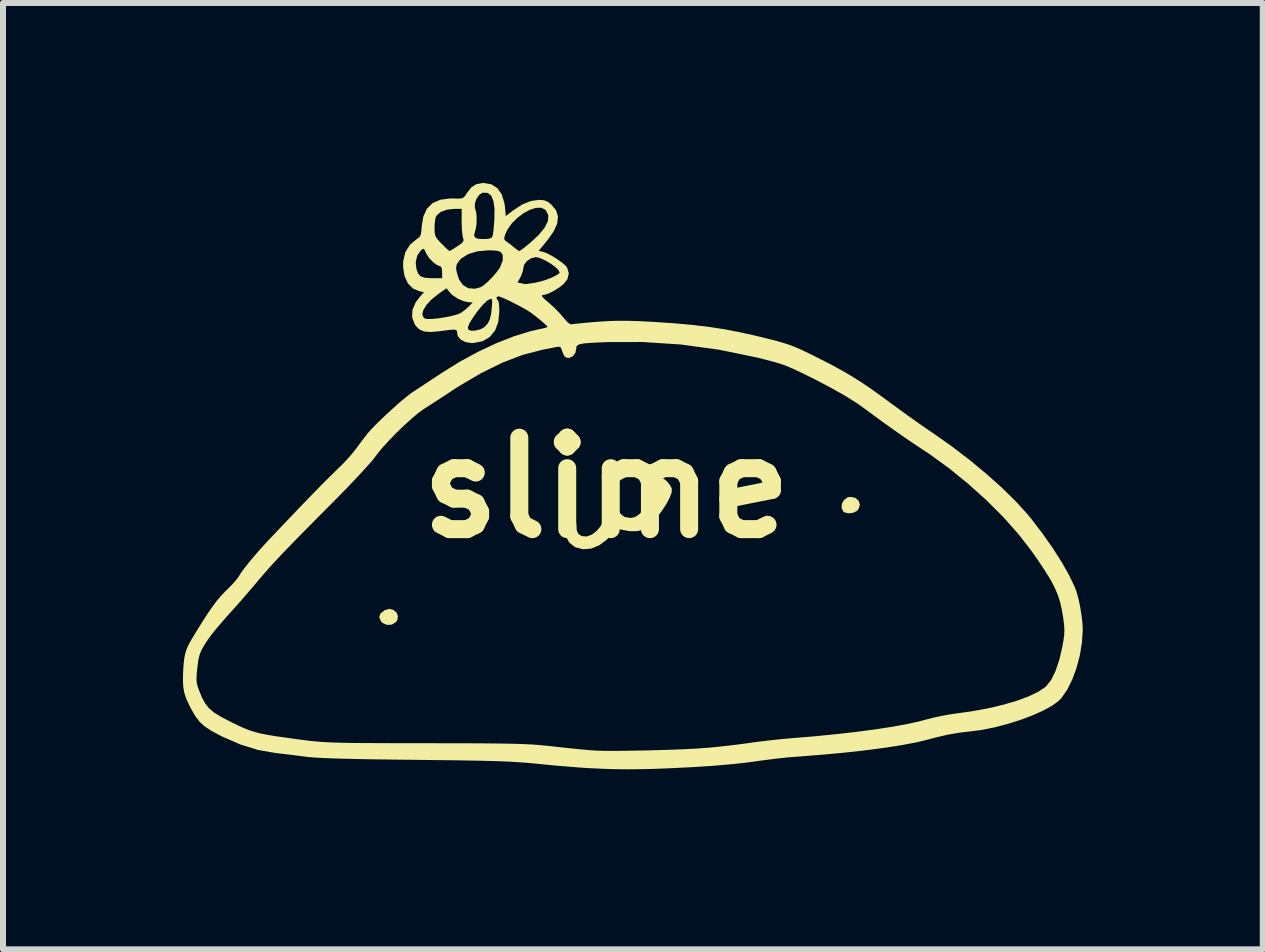
<source format=kicad_pcb>
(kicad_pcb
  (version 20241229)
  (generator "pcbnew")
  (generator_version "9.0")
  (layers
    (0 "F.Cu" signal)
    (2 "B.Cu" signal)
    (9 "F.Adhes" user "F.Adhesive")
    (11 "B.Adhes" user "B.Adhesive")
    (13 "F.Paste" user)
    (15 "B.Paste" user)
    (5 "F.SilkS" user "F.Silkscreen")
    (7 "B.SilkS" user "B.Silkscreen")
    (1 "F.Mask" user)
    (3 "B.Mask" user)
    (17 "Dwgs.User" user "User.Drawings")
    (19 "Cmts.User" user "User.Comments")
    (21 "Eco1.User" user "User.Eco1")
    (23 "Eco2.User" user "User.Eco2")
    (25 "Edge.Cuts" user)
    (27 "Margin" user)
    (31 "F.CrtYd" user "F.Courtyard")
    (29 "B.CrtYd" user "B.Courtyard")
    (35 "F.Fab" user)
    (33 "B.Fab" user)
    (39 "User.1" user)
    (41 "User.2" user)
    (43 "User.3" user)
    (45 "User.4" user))
  (footprint "slime"
    (layer "F.Cu")
    (at 7.056 5.079)
    (property "Reference" "slime" (at 0 0 0) (layer "F.SilkS") (effects (font (size 1.524 1.524) (thickness 0.3))))
    (attr board_only exclude_from_pos_files exclude_from_bom)
    (fp_poly (pts (xy -3.55 2.035) (xy -3.499 2.078) (xy -3.474 2.138) (xy -3.484 2.204) (xy -3.507 2.238) (xy -3.574 2.28) (xy -3.654 2.286) (xy -3.728 2.255) (xy -3.76 2.221) (xy -3.786 2.155) (xy -3.766 2.097) (xy -3.698 2.043) (xy -3.689 2.038) (xy -3.616 2.018)) (stroke (width 0) (type solid)) (fill yes) (layer "F.SilkS"))
    (fp_poly (pts (xy 4.15 0.169) (xy 4.204 0.217) (xy 4.224 0.281) (xy 4.205 0.349) (xy 4.175 0.386) (xy 4.113 0.417) (xy 4.036 0.426) (xy 3.969 0.411) (xy 3.949 0.397) (xy 3.919 0.336) (xy 3.925 0.266) (xy 3.961 0.202) (xy 4.02 0.16) (xy 4.067 0.151)) (stroke (width 0) (type solid)) (fill yes) (layer "F.SilkS"))
    (fp_poly (pts (xy 0.95 -0.156) (xy 1.008 -0.108) (xy 1.06 -0.045) (xy 1.09 0.014) (xy 1.088 0.077) (xy 1.055 0.166) (xy 1 0.27) (xy 0.927 0.381) (xy 0.845 0.49) (xy 0.759 0.586) (xy 0.676 0.66) (xy 0.626 0.692) (xy 0.52 0.723) (xy 0.389 0.724) (xy 0.265 0.701) (xy 0.199 0.686) (xy 0.161 0.692) (xy 0.133 0.72) (xy 0.014 0.858) (xy -0.117 0.957) (xy -0.252 1.013) (xy -0.388 1.025) (xy -0.518 0.991) (xy -0.528 0.986) (xy -0.618 0.914) (xy -0.678 0.805) (xy -0.703 0.666) (xy -0.703 0.636) (xy -0.699 0.531) (xy -0.685 0.467) (xy -0.656 0.435) (xy -0.614 0.427) (xy -0.552 0.449) (xy -0.515 0.514) (xy -0.502 0.612) (xy -0.495 0.708) (xy -0.467 0.769) (xy -0.414 0.804) (xy -0.409 0.806) (xy -0.328 0.812) (xy -0.241 0.78) (xy -0.159 0.717) (xy -0.091 0.633) (xy -0.048 0.536) (xy -0.038 0.477) (xy -0.018 0.38) (xy 0.025 0.319) (xy 0.081 0.297) (xy 0.143 0.318) (xy 0.201 0.384) (xy 0.203 0.387) (xy 0.249 0.446) (xy 0.3 0.484) (xy 0.309 0.487) (xy 0.4 0.503) (xy 0.474 0.49) (xy 0.546 0.443) (xy 0.607 0.383) (xy 0.714 0.258) (xy 0.782 0.156) (xy 0.814 0.071) (xy 0.814 0.006) (xy 0.813 -0.073) (xy 0.838 -0.138) (xy 0.883 -0.173) (xy 0.901 -0.176)) (stroke (width 0) (type solid)) (fill yes) (layer "F.SilkS"))
    (fp_poly (pts (xy -1.917 -5.057) (xy -1.817 -4.993) (xy -1.744 -4.889) (xy -1.7 -4.746) (xy -1.69 -4.676) (xy -1.677 -4.528) (xy -1.561 -4.617) (xy -1.405 -4.72) (xy -1.26 -4.779) (xy -1.125 -4.798) (xy -1.037 -4.791) (xy -0.969 -4.761) (xy -0.919 -4.721) (xy -0.84 -4.627) (xy -0.807 -4.522) (xy -0.82 -4.403) (xy -0.88 -4.27) (xy -0.986 -4.121) (xy -0.991 -4.115) (xy -1.129 -3.948) (xy -1.055 -3.932) (xy -0.989 -3.907) (xy -0.904 -3.862) (xy -0.813 -3.805) (xy -0.731 -3.746) (xy -0.673 -3.695) (xy -0.655 -3.671) (xy -0.627 -3.573) (xy -0.649 -3.478) (xy -0.71 -3.399) (xy -0.783 -3.34) (xy -0.872 -3.284) (xy -0.958 -3.24) (xy -1.027 -3.217) (xy -1.042 -3.216) (xy -1.073 -3.209) (xy -1.07 -3.186) (xy -1.031 -3.143) (xy -0.953 -3.078) (xy -0.866 -2.999) (xy -0.775 -2.905) (xy -0.724 -2.845) (xy -0.653 -2.763) (xy -0.601 -2.726) (xy -0.581 -2.724) (xy -0.542 -2.73) (xy -0.464 -2.738) (xy -0.355 -2.749) (xy -0.224 -2.76) (xy -0.151 -2.766) (xy 0.016 -2.777) (xy 0.172 -2.783) (xy 0.334 -2.783) (xy 0.513 -2.778) (xy 0.726 -2.768) (xy 0.779 -2.765) (xy 1.12 -2.742) (xy 1.422 -2.715) (xy 1.698 -2.683) (xy 1.959 -2.643) (xy 2.216 -2.594) (xy 2.482 -2.535) (xy 2.564 -2.515) (xy 2.741 -2.471) (xy 2.881 -2.434) (xy 2.996 -2.4) (xy 3.099 -2.364) (xy 3.201 -2.322) (xy 3.314 -2.269) (xy 3.452 -2.202) (xy 3.505 -2.175) (xy 3.719 -2.066) (xy 3.905 -1.966) (xy 4.075 -1.868) (xy 4.24 -1.764) (xy 4.412 -1.648) (xy 4.603 -1.511) (xy 4.749 -1.403) (xy 4.899 -1.294) (xy 5.062 -1.176) (xy 5.223 -1.062) (xy 5.369 -0.961) (xy 5.447 -0.908) (xy 5.75 -0.695) (xy 6.046 -0.469) (xy 6.328 -0.236) (xy 6.59 -0.002) (xy 6.822 0.226) (xy 7.019 0.443) (xy 7.081 0.518) (xy 7.269 0.764) (xy 7.44 1.007) (xy 7.588 1.239) (xy 7.709 1.453) (xy 7.8 1.643) (xy 7.831 1.72) (xy 7.863 1.832) (xy 7.894 1.975) (xy 7.919 2.128) (xy 7.935 2.271) (xy 7.939 2.362) (xy 7.926 2.574) (xy 7.891 2.79) (xy 7.835 3.002) (xy 7.763 3.198) (xy 7.678 3.368) (xy 7.584 3.503) (xy 7.535 3.554) (xy 7.426 3.633) (xy 7.277 3.715) (xy 7.096 3.795) (xy 6.894 3.871) (xy 6.68 3.938) (xy 6.464 3.994) (xy 6.255 4.036) (xy 6.092 4.057) (xy 5.882 4.082) (xy 5.687 4.115) (xy 5.482 4.163) (xy 5.36 4.196) (xy 5.167 4.243) (xy 4.928 4.288) (xy 4.647 4.332) (xy 4.33 4.374) (xy 3.98 4.413) (xy 3.602 4.448) (xy 3.2 4.48) (xy 3.115 4.486) (xy 3.004 4.495) (xy 2.859 4.511) (xy 2.696 4.531) (xy 2.531 4.553) (xy 2.462 4.563) (xy 2.268 4.588) (xy 2.033 4.612) (xy 1.769 4.634) (xy 1.484 4.653) (xy 1.332 4.661) (xy 1.039 4.675) (xy 0.785 4.685) (xy 0.561 4.69) (xy 0.355 4.692) (xy 0.157 4.69) (xy -0.043 4.684) (xy -0.256 4.674) (xy -0.301 4.672) (xy -0.442 4.663) (xy -0.616 4.649) (xy -0.807 4.633) (xy -0.999 4.615) (xy -1.131 4.602) (xy -1.243 4.591) (xy -1.356 4.581) (xy -1.474 4.573) (xy -1.603 4.565) (xy -1.747 4.559) (xy -1.912 4.554) (xy -2.103 4.549) (xy -2.324 4.545) (xy -2.581 4.541) (xy -2.879 4.538) (xy -3.178 4.534) (xy -3.543 4.53) (xy -3.861 4.526) (xy -4.134 4.521) (xy -4.367 4.516) (xy -4.562 4.51) (xy -4.723 4.504) (xy -4.852 4.496) (xy -4.952 4.489) (xy -5.012 4.482) (xy -5.156 4.463) (xy -5.312 4.444) (xy -5.455 4.427) (xy -5.515 4.42) (xy -5.804 4.37) (xy -6.097 4.279) (xy -6.401 4.147) (xy -6.435 4.13) (xy -6.581 4.052) (xy -6.691 3.98) (xy -6.777 3.903) (xy -6.849 3.809) (xy -6.919 3.688) (xy -6.954 3.619) (xy -7.005 3.508) (xy -7.035 3.416) (xy -7.051 3.319) (xy -7.056 3.242) (xy -7.056 3.199) (xy -6.831 3.199) (xy -6.825 3.263) (xy -6.807 3.327) (xy -6.788 3.378) (xy -6.738 3.5) (xy -6.685 3.596) (xy -6.623 3.674) (xy -6.541 3.744) (xy -6.432 3.812) (xy -6.287 3.888) (xy -6.248 3.908) (xy -6.138 3.961) (xy -6.042 4.005) (xy -5.953 4.04) (xy -5.863 4.069) (xy -5.763 4.095) (xy -5.647 4.118) (xy -5.505 4.141) (xy -5.329 4.166) (xy -5.113 4.196) (xy -5.088 4.199) (xy -5 4.21) (xy -4.918 4.22) (xy -4.837 4.228) (xy -4.753 4.235) (xy -4.66 4.241) (xy -4.555 4.245) (xy -4.433 4.249) (xy -4.289 4.252) (xy -4.119 4.254) (xy -3.917 4.255) (xy -3.68 4.256) (xy -3.403 4.257) (xy -3.082 4.257) (xy -3.002 4.257) (xy -2.668 4.258) (xy -2.379 4.258) (xy -2.13 4.259) (xy -1.918 4.261) (xy -1.737 4.263) (xy -1.582 4.266) (xy -1.45 4.269) (xy -1.334 4.274) (xy -1.23 4.279) (xy -1.134 4.286) (xy -1.04 4.295) (xy -0.945 4.304) (xy -0.854 4.315) (xy -0.688 4.333) (xy -0.524 4.35) (xy -0.376 4.364) (xy -0.254 4.375) (xy -0.176 4.38) (xy -0.068 4.384) (xy 0.081 4.385) (xy 0.261 4.384) (xy 0.464 4.381) (xy 0.681 4.377) (xy 0.902 4.371) (xy 1.118 4.364) (xy 1.319 4.356) (xy 1.498 4.347) (xy 1.5 4.346) (xy 1.674 4.334) (xy 1.875 4.315) (xy 2.082 4.292) (xy 2.273 4.268) (xy 2.324 4.261) (xy 2.502 4.236) (xy 2.699 4.212) (xy 2.893 4.191) (xy 3.065 4.175) (xy 3.115 4.171) (xy 3.48 4.141) (xy 3.832 4.106) (xy 4.167 4.068) (xy 4.478 4.027) (xy 4.759 3.984) (xy 5.006 3.939) (xy 5.211 3.894) (xy 5.307 3.868) (xy 5.447 3.832) (xy 5.6 3.799) (xy 5.741 3.774) (xy 5.791 3.767) (xy 6.08 3.727) (xy 6.354 3.677) (xy 6.609 3.617) (xy 6.838 3.55) (xy 7.036 3.477) (xy 7.196 3.401) (xy 7.313 3.323) (xy 7.328 3.309) (xy 7.411 3.204) (xy 7.485 3.054) (xy 7.549 2.863) (xy 7.594 2.669) (xy 7.618 2.543) (xy 7.63 2.449) (xy 7.633 2.366) (xy 7.627 2.278) (xy 7.614 2.176) (xy 7.59 2.031) (xy 7.56 1.901) (xy 7.52 1.778) (xy 7.466 1.654) (xy 7.395 1.52) (xy 7.301 1.37) (xy 7.183 1.193) (xy 7.087 1.057) (xy 6.871 0.777) (xy 6.616 0.49) (xy 6.33 0.204) (xy 6.022 -0.072) (xy 5.702 -0.332) (xy 5.378 -0.566) (xy 5.275 -0.634) (xy 5.134 -0.727) (xy 4.968 -0.84) (xy 4.791 -0.964) (xy 4.617 -1.088) (xy 4.46 -1.203) (xy 4.367 -1.273) (xy 4.189 -1.4) (xy 3.982 -1.531) (xy 3.739 -1.668) (xy 3.457 -1.816) (xy 3.388 -1.85) (xy 3.235 -1.925) (xy 3.111 -1.983) (xy 3.003 -2.029) (xy 2.897 -2.067) (xy 2.779 -2.102) (xy 2.636 -2.139) (xy 2.496 -2.174) (xy 1.871 -2.302) (xy 1.239 -2.388) (xy 0.607 -2.429) (xy 0.038 -2.428) (xy -0.14 -2.421) (xy -0.274 -2.414) (xy -0.371 -2.406) (xy -0.435 -2.395) (xy -0.474 -2.38) (xy -0.495 -2.361) (xy -0.502 -2.335) (xy -0.502 -2.317) (xy -0.519 -2.245) (xy -0.561 -2.191) (xy -0.616 -2.164) (xy -0.672 -2.17) (xy -0.698 -2.192) (xy -0.724 -2.24) (xy -0.742 -2.292) (xy -0.763 -2.342) (xy -0.801 -2.352) (xy -0.813 -2.35) (xy -0.862 -2.34) (xy -0.945 -2.323) (xy -1.046 -2.304) (xy -1.075 -2.298) (xy -1.397 -2.214) (xy -1.736 -2.084) (xy -2.093 -1.908) (xy -2.469 -1.686) (xy -2.566 -1.623) (xy -2.694 -1.538) (xy -2.819 -1.457) (xy -2.929 -1.385) (xy -3.014 -1.331) (xy -3.045 -1.311) (xy -3.133 -1.248) (xy -3.244 -1.154) (xy -3.369 -1.041) (xy -3.498 -0.917) (xy -3.621 -0.79) (xy -3.73 -0.671) (xy -3.815 -0.568) (xy -3.843 -0.53) (xy -3.887 -0.472) (xy -3.963 -0.385) (xy -4.063 -0.274) (xy -4.184 -0.145) (xy -4.318 -0.003) (xy -4.462 0.144) (xy -4.532 0.215) (xy -4.755 0.439) (xy -4.946 0.632) (xy -5.109 0.797) (xy -5.247 0.939) (xy -5.365 1.061) (xy -5.466 1.167) (xy -5.554 1.262) (xy -5.633 1.349) (xy -5.706 1.433) (xy -5.778 1.516) (xy -5.808 1.552) (xy -5.906 1.669) (xy -6.009 1.788) (xy -6.104 1.898) (xy -6.18 1.982) (xy -6.182 1.985) (xy -6.328 2.148) (xy -6.444 2.281) (xy -6.536 2.391) (xy -6.608 2.484) (xy -6.665 2.566) (xy -6.7 2.621) (xy -6.748 2.705) (xy -6.779 2.782) (xy -6.8 2.87) (xy -6.816 2.987) (xy -6.818 3.004) (xy -6.829 3.118) (xy -6.831 3.199) (xy -7.056 3.199) (xy -7.056 3.114) (xy -7.049 2.973) (xy -7.039 2.87) (xy -7.024 2.783) (xy -7.003 2.707) (xy -6.97 2.629) (xy -6.919 2.535) (xy -6.855 2.43) (xy -6.741 2.246) (xy -6.646 2.098) (xy -6.565 1.98) (xy -6.492 1.883) (xy -6.424 1.802) (xy -6.354 1.729) (xy -6.32 1.696) (xy -6.243 1.618) (xy -6.177 1.545) (xy -6.134 1.489) (xy -6.127 1.478) (xy -6.084 1.409) (xy -6.012 1.313) (xy -5.918 1.197) (xy -5.809 1.069) (xy -5.69 0.937) (xy -5.625 0.867) (xy -5.364 0.592) (xy -5.131 0.348) (xy -4.927 0.136) (xy -4.753 -0.042) (xy -4.61 -0.185) (xy -4.5 -0.292) (xy -4.484 -0.308) (xy -4.385 -0.405) (xy -4.287 -0.511) (xy -4.204 -0.609) (xy -4.17 -0.654) (xy -4.101 -0.747) (xy -4.031 -0.84) (xy -3.977 -0.909) (xy -3.906 -0.988) (xy -3.808 -1.088) (xy -3.692 -1.199) (xy -3.569 -1.312) (xy -3.448 -1.42) (xy -3.338 -1.512) (xy -3.249 -1.581) (xy -3.219 -1.601) (xy -3.147 -1.648) (xy -3.045 -1.715) (xy -2.924 -1.795) (xy -2.797 -1.879) (xy -2.749 -1.911) (xy -2.448 -2.098) (xy -2.141 -2.265) (xy -1.835 -2.409) (xy -1.541 -2.525) (xy -1.266 -2.609) (xy -1.137 -2.639) (xy -1.056 -2.656) (xy -0.999 -2.671) (xy -0.98 -2.68) (xy -0.998 -2.703) (xy -1.046 -2.748) (xy -1.112 -2.804) (xy -1.185 -2.863) (xy -1.256 -2.916) (xy -1.266 -2.923) (xy -1.336 -2.967) (xy -1.428 -3.019) (xy -1.53 -3.072) (xy -1.63 -3.122) (xy -1.718 -3.162) (xy -1.78 -3.186) (xy -1.801 -3.191) (xy -1.831 -3.175) (xy -1.826 -3.143) (xy -1.809 -3.128) (xy -1.796 -3.097) (xy -1.787 -3.03) (xy -1.784 -2.941) (xy -1.784 -2.937) (xy -1.802 -2.762) (xy -1.856 -2.62) (xy -1.944 -2.513) (xy -2.062 -2.443) (xy -2.21 -2.413) (xy -2.247 -2.412) (xy -2.348 -2.428) (xy -2.429 -2.47) (xy -2.478 -2.532) (xy -2.487 -2.577) (xy -2.489 -2.608) (xy -2.501 -2.627) (xy -2.531 -2.635) (xy -2.587 -2.634) (xy -2.678 -2.623) (xy -2.781 -2.609) (xy -2.926 -2.596) (xy -3.034 -2.604) (xy -3.113 -2.636) (xy -3.151 -2.672) (xy -2.309 -2.672) (xy -2.299 -2.632) (xy -2.251 -2.617) (xy -2.178 -2.621) (xy -2.1 -2.641) (xy -2.037 -2.675) (xy -2.031 -2.68) (xy -1.978 -2.738) (xy -1.943 -2.807) (xy -1.921 -2.901) (xy -1.911 -2.992) (xy -1.904 -3.081) (xy -1.905 -3.129) (xy -1.917 -3.148) (xy -1.937 -3.147) (xy -1.991 -3.115) (xy -2.063 -3.046) (xy -2.145 -2.946) (xy -2.22 -2.842) (xy -2.283 -2.741) (xy -2.309 -2.672) (xy -3.151 -2.672) (xy -3.174 -2.695) (xy -3.194 -2.724) (xy -3.238 -2.841) (xy -3.236 -2.89) (xy -3.068 -2.89) (xy -3.047 -2.836) (xy -3.026 -2.82) (xy -2.979 -2.812) (xy -2.896 -2.814) (xy -2.791 -2.825) (xy -2.679 -2.843) (xy -2.571 -2.865) (xy -2.482 -2.89) (xy -2.427 -2.913) (xy -2.353 -2.967) (xy -2.288 -3.026) (xy -2.227 -3.09) (xy -2.288 -3.091) (xy -2.378 -3.109) (xy -2.479 -3.153) (xy -2.568 -3.213) (xy -2.609 -3.255) (xy -2.665 -3.325) (xy -2.808 -3.224) (xy -2.917 -3.136) (xy -2.999 -3.047) (xy -3.05 -2.963) (xy -3.068 -2.89) (xy -3.236 -2.89) (xy -3.233 -2.963) (xy -3.18 -3.088) (xy -3.117 -3.172) (xy -3.04 -3.26) (xy -3.112 -3.274) (xy -3.223 -3.32) (xy -3.308 -3.406) (xy -3.364 -3.526) (xy -3.388 -3.676) (xy -3.387 -3.757) (xy -3.178 -3.757) (xy -3.166 -3.645) (xy -3.139 -3.572) (xy -3.099 -3.526) (xy -3.034 -3.502) (xy -2.934 -3.493) (xy -2.895 -3.493) (xy -2.738 -3.492) (xy -2.738 -3.593) (xy -2.745 -3.664) (xy -2.748 -3.667) (xy -2.505 -3.667) (xy -2.499 -3.612) (xy -2.458 -3.475) (xy -2.392 -3.38) (xy -2.302 -3.326) (xy -2.192 -3.317) (xy -2.097 -3.342) (xy -2.044 -3.375) (xy -1.993 -3.42) (xy -1.481 -3.42) (xy -1.425 -3.409) (xy -1.376 -3.399) (xy -1.357 -3.395) (xy -1.327 -3.397) (xy -1.263 -3.406) (xy -1.184 -3.418) (xy -1.093 -3.439) (xy -0.995 -3.47) (xy -0.904 -3.506) (xy -0.83 -3.543) (xy -0.786 -3.575) (xy -0.779 -3.588) (xy -0.8 -3.63) (xy -0.855 -3.682) (xy -0.932 -3.738) (xy -1.018 -3.788) (xy -1.101 -3.826) (xy -1.169 -3.844) (xy -1.177 -3.844) (xy -1.255 -3.825) (xy -1.325 -3.778) (xy -1.372 -3.716) (xy -1.382 -3.672) (xy -1.394 -3.606) (xy -1.423 -3.528) (xy -1.431 -3.512) (xy -1.481 -3.42) (xy -1.993 -3.42) (xy -1.974 -3.436) (xy -1.899 -3.513) (xy -1.829 -3.593) (xy -1.779 -3.664) (xy -1.77 -3.679) (xy -1.728 -3.789) (xy -1.728 -3.874) (xy -1.745 -3.909) (xy -1.772 -3.935) (xy -1.816 -3.949) (xy -1.889 -3.956) (xy -1.964 -3.957) (xy -2.149 -3.941) (xy -2.302 -3.895) (xy -2.419 -3.821) (xy -2.45 -3.788) (xy -2.493 -3.726) (xy -2.505 -3.667) (xy -2.748 -3.667) (xy -2.767 -3.692) (xy -2.774 -3.693) (xy -2.826 -3.713) (xy -2.89 -3.762) (xy -2.953 -3.828) (xy -3 -3.898) (xy -3.007 -3.914) (xy -3.032 -3.969) (xy -3.053 -3.983) (xy -3.082 -3.964) (xy -3.091 -3.957) (xy -3.153 -3.869) (xy -3.178 -3.757) (xy -3.387 -3.757) (xy -3.387 -3.772) (xy -3.352 -3.922) (xy -3.275 -4.049) (xy -3.161 -4.144) (xy -3.121 -4.173) (xy -3.097 -4.208) (xy -3.085 -4.264) (xy -3.08 -4.331) (xy -2.864 -4.331) (xy -2.862 -4.251) (xy -2.85 -4.196) (xy -2.82 -4.147) (xy -2.765 -4.086) (xy -2.745 -4.066) (xy -2.684 -4.005) (xy -2.637 -3.962) (xy -2.616 -3.945) (xy -2.616 -3.945) (xy -2.592 -3.957) (xy -2.539 -3.989) (xy -2.486 -4.023) (xy -2.418 -4.07) (xy -2.386 -4.103) (xy -2.38 -4.135) (xy -2.389 -4.163) (xy -2.399 -4.212) (xy -2.205 -4.212) (xy -2.19 -4.171) (xy -2.138 -4.15) (xy -2.051 -4.145) (xy -1.966 -4.149) (xy -1.927 -4.161) (xy -1.704 -4.161) (xy -1.694 -4.126) (xy -1.657 -4.097) (xy -1.593 -4.051) (xy -1.533 -4.002) (xy -1.485 -3.964) (xy -1.454 -3.945) (xy -1.452 -3.945) (xy -1.426 -3.96) (xy -1.372 -3.999) (xy -1.301 -4.056) (xy -1.284 -4.07) (xy -1.133 -4.208) (xy -1.03 -4.333) (xy -0.975 -4.444) (xy -0.968 -4.54) (xy -1.008 -4.622) (xy -1.019 -4.634) (xy -1.086 -4.667) (xy -1.174 -4.665) (xy -1.275 -4.633) (xy -1.382 -4.575) (xy -1.485 -4.497) (xy -1.578 -4.404) (xy -1.651 -4.3) (xy -1.687 -4.22) (xy -1.704 -4.161) (xy -1.927 -4.161) (xy -1.919 -4.163) (xy -1.898 -4.189) (xy -1.889 -4.232) (xy -1.88 -4.312) (xy -1.871 -4.414) (xy -1.867 -4.471) (xy -1.865 -4.649) (xy -1.883 -4.782) (xy -1.921 -4.87) (xy -1.98 -4.915) (xy -2.061 -4.917) (xy -2.07 -4.915) (xy -2.122 -4.879) (xy -2.166 -4.813) (xy -2.192 -4.736) (xy -2.193 -4.666) (xy -2.186 -4.648) (xy -2.169 -4.585) (xy -2.162 -4.493) (xy -2.165 -4.393) (xy -2.179 -4.306) (xy -2.187 -4.281) (xy -2.205 -4.212) (xy -2.399 -4.212) (xy -2.399 -4.216) (xy -2.408 -4.303) (xy -2.412 -4.408) (xy -2.412 -4.436) (xy -2.412 -4.648) (xy -2.539 -4.648) (xy -2.663 -4.634) (xy -2.765 -4.595) (xy -2.831 -4.535) (xy -2.838 -4.524) (xy -2.853 -4.472) (xy -2.862 -4.392) (xy -2.864 -4.331) (xy -3.08 -4.331) (xy -3.078 -4.354) (xy -3.051 -4.521) (xy -2.991 -4.651) (xy -2.897 -4.744) (xy -2.769 -4.8) (xy -2.605 -4.822) (xy -2.545 -4.821) (xy -2.458 -4.819) (xy -2.405 -4.825) (xy -2.371 -4.845) (xy -2.342 -4.885) (xy -2.328 -4.907) (xy -2.254 -5.004) (xy -2.171 -5.059) (xy -2.065 -5.079) (xy -2.043 -5.079)) (stroke (width 0) (type solid)) (fill yes) (layer "F.SilkS")))
  (gr_rect
    (start -3 -3)
    (end 17.995 12.771)
    (stroke (width 0.1) (type default))
    (fill no)
    (layer "Edge.Cuts")))
</source>
